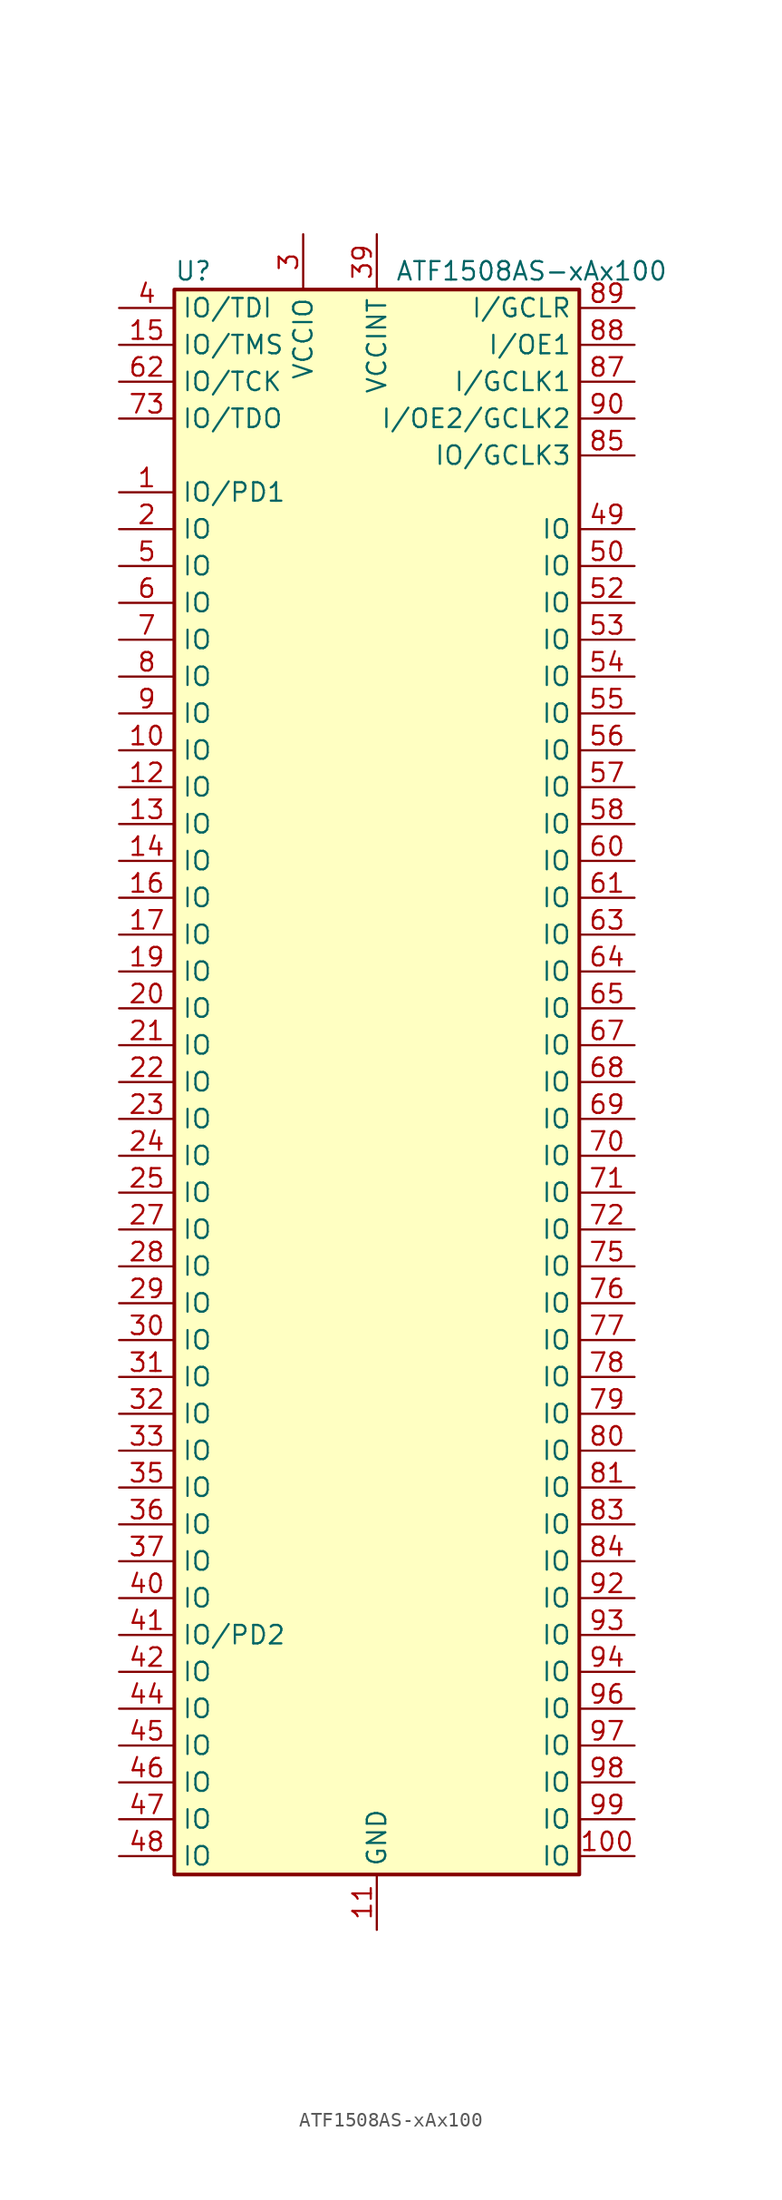
<source format=kicad_sym>
(kicad_symbol_lib
  (version 20220914)
  (generator kicad_symbol_editor)
  (symbol "ATF1508AS-xAx100"
    (property "Reference" "U"
      (at -13.97 55.88 0)
      (effects (font (size 1.27 1.27)) (justify left)))
    (property "Value" "ATF1508AS-xAx100"
      (at 1.27 55.88 0)
      (effects (font (size 1.27 1.27)) (justify left)))
    (symbol "ATF1508AS-xAx100_0_1"
      (rectangle (start -13.97 54.61) (end 13.97 -54.61) (stroke (width 0.254) (type default)) (fill (type background))))
    (symbol "ATF1508AS-xAx100_1_1"
      (pin bidirectional line (at -17.78 40.64 0) (length 3.81) (name "IO/PD1" (effects (font (size 1.27 1.27)))) (number "1" (effects (font (size 1.27 1.27)))))
      (pin bidirectional line (at -17.78 22.86 0) (length 3.81) (name "IO" (effects (font (size 1.27 1.27)))) (number "10" (effects (font (size 1.27 1.27)))))
      (pin bidirectional line (at 17.78 -53.34 180) (length 3.81) (name "IO" (effects (font (size 1.27 1.27)))) (number "100" (effects (font (size 1.27 1.27)))))
      (pin power_in line (at 0 -58.42 90) (length 3.81) (name "GND" (effects (font (size 1.27 1.27)))) (number "11" (effects (font (size 1.27 1.27)))))
      (pin bidirectional line (at -17.78 20.32 0) (length 3.81) (name "IO" (effects (font (size 1.27 1.27)))) (number "12" (effects (font (size 1.27 1.27)))))
      (pin bidirectional line (at -17.78 17.78 0) (length 3.81) (name "IO" (effects (font (size 1.27 1.27)))) (number "13" (effects (font (size 1.27 1.27)))))
      (pin bidirectional line (at -17.78 15.24 0) (length 3.81) (name "IO" (effects (font (size 1.27 1.27)))) (number "14" (effects (font (size 1.27 1.27)))))
      (pin bidirectional line (at -17.78 50.8 0) (length 3.81) (name "IO/TMS" (effects (font (size 1.27 1.27)))) (number "15" (effects (font (size 1.27 1.27)))))
      (pin bidirectional line (at -17.78 12.7 0) (length 3.81) (name "IO" (effects (font (size 1.27 1.27)))) (number "16" (effects (font (size 1.27 1.27)))))
      (pin bidirectional line (at -17.78 10.16 0) (length 3.81) (name "IO" (effects (font (size 1.27 1.27)))) (number "17" (effects (font (size 1.27 1.27)))))
      (pin passive line (at -5.08 58.42 270) (length 3.81) hide (name "VCCIO" (effects (font (size 1.27 1.27)))) (number "18" (effects (font (size 1.27 1.27)))))
      (pin bidirectional line (at -17.78 7.62 0) (length 3.81) (name "IO" (effects (font (size 1.27 1.27)))) (number "19" (effects (font (size 1.27 1.27)))))
      (pin bidirectional line (at -17.78 38.1 0) (length 3.81) (name "IO" (effects (font (size 1.27 1.27)))) (number "2" (effects (font (size 1.27 1.27)))))
      (pin bidirectional line (at -17.78 5.08 0) (length 3.81) (name "IO" (effects (font (size 1.27 1.27)))) (number "20" (effects (font (size 1.27 1.27)))))
      (pin bidirectional line (at -17.78 2.54 0) (length 3.81) (name "IO" (effects (font (size 1.27 1.27)))) (number "21" (effects (font (size 1.27 1.27)))))
      (pin bidirectional line (at -17.78 0 0) (length 3.81) (name "IO" (effects (font (size 1.27 1.27)))) (number "22" (effects (font (size 1.27 1.27)))))
      (pin bidirectional line (at -17.78 -2.54 0) (length 3.81) (name "IO" (effects (font (size 1.27 1.27)))) (number "23" (effects (font (size 1.27 1.27)))))
      (pin bidirectional line (at -17.78 -5.08 0) (length 3.81) (name "IO" (effects (font (size 1.27 1.27)))) (number "24" (effects (font (size 1.27 1.27)))))
      (pin bidirectional line (at -17.78 -7.62 0) (length 3.81) (name "IO" (effects (font (size 1.27 1.27)))) (number "25" (effects (font (size 1.27 1.27)))))
      (pin passive line (at 0 -58.42 90) (length 3.81) hide (name "GND" (effects (font (size 1.27 1.27)))) (number "26" (effects (font (size 1.27 1.27)))))
      (pin bidirectional line (at -17.78 -10.16 0) (length 3.81) (name "IO" (effects (font (size 1.27 1.27)))) (number "27" (effects (font (size 1.27 1.27)))))
      (pin bidirectional line (at -17.78 -12.7 0) (length 3.81) (name "IO" (effects (font (size 1.27 1.27)))) (number "28" (effects (font (size 1.27 1.27)))))
      (pin bidirectional line (at -17.78 -15.24 0) (length 3.81) (name "IO" (effects (font (size 1.27 1.27)))) (number "29" (effects (font (size 1.27 1.27)))))
      (pin power_in line (at -5.08 58.42 270) (length 3.81) (name "VCCIO" (effects (font (size 1.27 1.27)))) (number "3" (effects (font (size 1.27 1.27)))))
      (pin bidirectional line (at -17.78 -17.78 0) (length 3.81) (name "IO" (effects (font (size 1.27 1.27)))) (number "30" (effects (font (size 1.27 1.27)))))
      (pin bidirectional line (at -17.78 -20.32 0) (length 3.81) (name "IO" (effects (font (size 1.27 1.27)))) (number "31" (effects (font (size 1.27 1.27)))))
      (pin bidirectional line (at -17.78 -22.86 0) (length 3.81) (name "IO" (effects (font (size 1.27 1.27)))) (number "32" (effects (font (size 1.27 1.27)))))
      (pin bidirectional line (at -17.78 -25.4 0) (length 3.81) (name "IO" (effects (font (size 1.27 1.27)))) (number "33" (effects (font (size 1.27 1.27)))))
      (pin passive line (at -5.08 58.42 270) (length 3.81) hide (name "VCCIO" (effects (font (size 1.27 1.27)))) (number "34" (effects (font (size 1.27 1.27)))))
      (pin bidirectional line (at -17.78 -27.94 0) (length 3.81) (name "IO" (effects (font (size 1.27 1.27)))) (number "35" (effects (font (size 1.27 1.27)))))
      (pin bidirectional line (at -17.78 -30.48 0) (length 3.81) (name "IO" (effects (font (size 1.27 1.27)))) (number "36" (effects (font (size 1.27 1.27)))))
      (pin bidirectional line (at -17.78 -33.02 0) (length 3.81) (name "IO" (effects (font (size 1.27 1.27)))) (number "37" (effects (font (size 1.27 1.27)))))
      (pin passive line (at 0 -58.42 90) (length 3.81) hide (name "GND" (effects (font (size 1.27 1.27)))) (number "38" (effects (font (size 1.27 1.27)))))
      (pin power_in line (at 0 58.42 270) (length 3.81) (name "VCCINT" (effects (font (size 1.27 1.27)))) (number "39" (effects (font (size 1.27 1.27)))))
      (pin bidirectional line (at -17.78 53.34 0) (length 3.81) (name "IO/TDI" (effects (font (size 1.27 1.27)))) (number "4" (effects (font (size 1.27 1.27)))))
      (pin bidirectional line (at -17.78 -35.56 0) (length 3.81) (name "IO" (effects (font (size 1.27 1.27)))) (number "40" (effects (font (size 1.27 1.27)))))
      (pin bidirectional line (at -17.78 -38.1 0) (length 3.81) (name "IO/PD2" (effects (font (size 1.27 1.27)))) (number "41" (effects (font (size 1.27 1.27)))))
      (pin bidirectional line (at -17.78 -40.64 0) (length 3.81) (name "IO" (effects (font (size 1.27 1.27)))) (number "42" (effects (font (size 1.27 1.27)))))
      (pin passive line (at 0 -58.42 90) (length 3.81) hide (name "GND" (effects (font (size 1.27 1.27)))) (number "43" (effects (font (size 1.27 1.27)))))
      (pin bidirectional line (at -17.78 -43.18 0) (length 3.81) (name "IO" (effects (font (size 1.27 1.27)))) (number "44" (effects (font (size 1.27 1.27)))))
      (pin bidirectional line (at -17.78 -45.72 0) (length 3.81) (name "IO" (effects (font (size 1.27 1.27)))) (number "45" (effects (font (size 1.27 1.27)))))
      (pin bidirectional line (at -17.78 -48.26 0) (length 3.81) (name "IO" (effects (font (size 1.27 1.27)))) (number "46" (effects (font (size 1.27 1.27)))))
      (pin bidirectional line (at -17.78 -50.8 0) (length 3.81) (name "IO" (effects (font (size 1.27 1.27)))) (number "47" (effects (font (size 1.27 1.27)))))
      (pin bidirectional line (at -17.78 -53.34 0) (length 3.81) (name "IO" (effects (font (size 1.27 1.27)))) (number "48" (effects (font (size 1.27 1.27)))))
      (pin bidirectional line (at 17.78 38.1 180) (length 3.81) (name "IO" (effects (font (size 1.27 1.27)))) (number "49" (effects (font (size 1.27 1.27)))))
      (pin bidirectional line (at -17.78 35.56 0) (length 3.81) (name "IO" (effects (font (size 1.27 1.27)))) (number "5" (effects (font (size 1.27 1.27)))))
      (pin bidirectional line (at 17.78 35.56 180) (length 3.81) (name "IO" (effects (font (size 1.27 1.27)))) (number "50" (effects (font (size 1.27 1.27)))))
      (pin passive line (at -5.08 58.42 270) (length 3.81) hide (name "VCCIO" (effects (font (size 1.27 1.27)))) (number "51" (effects (font (size 1.27 1.27)))))
      (pin bidirectional line (at 17.78 33.02 180) (length 3.81) (name "IO" (effects (font (size 1.27 1.27)))) (number "52" (effects (font (size 1.27 1.27)))))
      (pin bidirectional line (at 17.78 30.48 180) (length 3.81) (name "IO" (effects (font (size 1.27 1.27)))) (number "53" (effects (font (size 1.27 1.27)))))
      (pin bidirectional line (at 17.78 27.94 180) (length 3.81) (name "IO" (effects (font (size 1.27 1.27)))) (number "54" (effects (font (size 1.27 1.27)))))
      (pin bidirectional line (at 17.78 25.4 180) (length 3.81) (name "IO" (effects (font (size 1.27 1.27)))) (number "55" (effects (font (size 1.27 1.27)))))
      (pin bidirectional line (at 17.78 22.86 180) (length 3.81) (name "IO" (effects (font (size 1.27 1.27)))) (number "56" (effects (font (size 1.27 1.27)))))
      (pin bidirectional line (at 17.78 20.32 180) (length 3.81) (name "IO" (effects (font (size 1.27 1.27)))) (number "57" (effects (font (size 1.27 1.27)))))
      (pin bidirectional line (at 17.78 17.78 180) (length 3.81) (name "IO" (effects (font (size 1.27 1.27)))) (number "58" (effects (font (size 1.27 1.27)))))
      (pin passive line (at 0 -58.42 90) (length 3.81) hide (name "GND" (effects (font (size 1.27 1.27)))) (number "59" (effects (font (size 1.27 1.27)))))
      (pin bidirectional line (at -17.78 33.02 0) (length 3.81) (name "IO" (effects (font (size 1.27 1.27)))) (number "6" (effects (font (size 1.27 1.27)))))
      (pin bidirectional line (at 17.78 15.24 180) (length 3.81) (name "IO" (effects (font (size 1.27 1.27)))) (number "60" (effects (font (size 1.27 1.27)))))
      (pin bidirectional line (at 17.78 12.7 180) (length 3.81) (name "IO" (effects (font (size 1.27 1.27)))) (number "61" (effects (font (size 1.27 1.27)))))
      (pin bidirectional line (at -17.78 48.26 0) (length 3.81) (name "IO/TCK" (effects (font (size 1.27 1.27)))) (number "62" (effects (font (size 1.27 1.27)))))
      (pin bidirectional line (at 17.78 10.16 180) (length 3.81) (name "IO" (effects (font (size 1.27 1.27)))) (number "63" (effects (font (size 1.27 1.27)))))
      (pin bidirectional line (at 17.78 7.62 180) (length 3.81) (name "IO" (effects (font (size 1.27 1.27)))) (number "64" (effects (font (size 1.27 1.27)))))
      (pin bidirectional line (at 17.78 5.08 180) (length 3.81) (name "IO" (effects (font (size 1.27 1.27)))) (number "65" (effects (font (size 1.27 1.27)))))
      (pin passive line (at -5.08 58.42 270) (length 3.81) hide (name "VCCIO" (effects (font (size 1.27 1.27)))) (number "66" (effects (font (size 1.27 1.27)))))
      (pin bidirectional line (at 17.78 2.54 180) (length 3.81) (name "IO" (effects (font (size 1.27 1.27)))) (number "67" (effects (font (size 1.27 1.27)))))
      (pin bidirectional line (at 17.78 0 180) (length 3.81) (name "IO" (effects (font (size 1.27 1.27)))) (number "68" (effects (font (size 1.27 1.27)))))
      (pin bidirectional line (at 17.78 -2.54 180) (length 3.81) (name "IO" (effects (font (size 1.27 1.27)))) (number "69" (effects (font (size 1.27 1.27)))))
      (pin bidirectional line (at -17.78 30.48 0) (length 3.81) (name "IO" (effects (font (size 1.27 1.27)))) (number "7" (effects (font (size 1.27 1.27)))))
      (pin bidirectional line (at 17.78 -5.08 180) (length 3.81) (name "IO" (effects (font (size 1.27 1.27)))) (number "70" (effects (font (size 1.27 1.27)))))
      (pin bidirectional line (at 17.78 -7.62 180) (length 3.81) (name "IO" (effects (font (size 1.27 1.27)))) (number "71" (effects (font (size 1.27 1.27)))))
      (pin bidirectional line (at 17.78 -10.16 180) (length 3.81) (name "IO" (effects (font (size 1.27 1.27)))) (number "72" (effects (font (size 1.27 1.27)))))
      (pin bidirectional line (at -17.78 45.72 0) (length 3.81) (name "IO/TDO" (effects (font (size 1.27 1.27)))) (number "73" (effects (font (size 1.27 1.27)))))
      (pin passive line (at 0 -58.42 90) (length 3.81) hide (name "GND" (effects (font (size 1.27 1.27)))) (number "74" (effects (font (size 1.27 1.27)))))
      (pin bidirectional line (at 17.78 -12.7 180) (length 3.81) (name "IO" (effects (font (size 1.27 1.27)))) (number "75" (effects (font (size 1.27 1.27)))))
      (pin bidirectional line (at 17.78 -15.24 180) (length 3.81) (name "IO" (effects (font (size 1.27 1.27)))) (number "76" (effects (font (size 1.27 1.27)))))
      (pin bidirectional line (at 17.78 -17.78 180) (length 3.81) (name "IO" (effects (font (size 1.27 1.27)))) (number "77" (effects (font (size 1.27 1.27)))))
      (pin bidirectional line (at 17.78 -20.32 180) (length 3.81) (name "IO" (effects (font (size 1.27 1.27)))) (number "78" (effects (font (size 1.27 1.27)))))
      (pin bidirectional line (at 17.78 -22.86 180) (length 3.81) (name "IO" (effects (font (size 1.27 1.27)))) (number "79" (effects (font (size 1.27 1.27)))))
      (pin bidirectional line (at -17.78 27.94 0) (length 3.81) (name "IO" (effects (font (size 1.27 1.27)))) (number "8" (effects (font (size 1.27 1.27)))))
      (pin bidirectional line (at 17.78 -25.4 180) (length 3.81) (name "IO" (effects (font (size 1.27 1.27)))) (number "80" (effects (font (size 1.27 1.27)))))
      (pin bidirectional line (at 17.78 -27.94 180) (length 3.81) (name "IO" (effects (font (size 1.27 1.27)))) (number "81" (effects (font (size 1.27 1.27)))))
      (pin passive line (at -5.08 58.42 270) (length 3.81) hide (name "VCCIO" (effects (font (size 1.27 1.27)))) (number "82" (effects (font (size 1.27 1.27)))))
      (pin bidirectional line (at 17.78 -30.48 180) (length 3.81) (name "IO" (effects (font (size 1.27 1.27)))) (number "83" (effects (font (size 1.27 1.27)))))
      (pin bidirectional line (at 17.78 -33.02 180) (length 3.81) (name "IO" (effects (font (size 1.27 1.27)))) (number "84" (effects (font (size 1.27 1.27)))))
      (pin bidirectional line (at 17.78 43.18 180) (length 3.81) (name "IO/GCLK3" (effects (font (size 1.27 1.27)))) (number "85" (effects (font (size 1.27 1.27)))))
      (pin passive line (at 0 -58.42 90) (length 3.81) hide (name "GND" (effects (font (size 1.27 1.27)))) (number "86" (effects (font (size 1.27 1.27)))))
      (pin input line (at 17.78 48.26 180) (length 3.81) (name "I/GCLK1" (effects (font (size 1.27 1.27)))) (number "87" (effects (font (size 1.27 1.27)))))
      (pin input line (at 17.78 50.8 180) (length 3.81) (name "I/OE1" (effects (font (size 1.27 1.27)))) (number "88" (effects (font (size 1.27 1.27)))))
      (pin input line (at 17.78 53.34 180) (length 3.81) (name "I/GCLR" (effects (font (size 1.27 1.27)))) (number "89" (effects (font (size 1.27 1.27)))))
      (pin bidirectional line (at -17.78 25.4 0) (length 3.81) (name "IO" (effects (font (size 1.27 1.27)))) (number "9" (effects (font (size 1.27 1.27)))))
      (pin input line (at 17.78 45.72 180) (length 3.81) (name "I/OE2/GCLK2" (effects (font (size 1.27 1.27)))) (number "90" (effects (font (size 1.27 1.27)))))
      (pin passive line (at 0 58.42 270) (length 3.81) hide (name "VCCINT" (effects (font (size 1.27 1.27)))) (number "91" (effects (font (size 1.27 1.27)))))
      (pin bidirectional line (at 17.78 -35.56 180) (length 3.81) (name "IO" (effects (font (size 1.27 1.27)))) (number "92" (effects (font (size 1.27 1.27)))))
      (pin bidirectional line (at 17.78 -38.1 180) (length 3.81) (name "IO" (effects (font (size 1.27 1.27)))) (number "93" (effects (font (size 1.27 1.27)))))
      (pin bidirectional line (at 17.78 -40.64 180) (length 3.81) (name "IO" (effects (font (size 1.27 1.27)))) (number "94" (effects (font (size 1.27 1.27)))))
      (pin passive line (at 0 -58.42 90) (length 3.81) hide (name "GND" (effects (font (size 1.27 1.27)))) (number "95" (effects (font (size 1.27 1.27)))))
      (pin bidirectional line (at 17.78 -43.18 180) (length 3.81) (name "IO" (effects (font (size 1.27 1.27)))) (number "96" (effects (font (size 1.27 1.27)))))
      (pin bidirectional line (at 17.78 -45.72 180) (length 3.81) (name "IO" (effects (font (size 1.27 1.27)))) (number "97" (effects (font (size 1.27 1.27)))))
      (pin bidirectional line (at 17.78 -48.26 180) (length 3.81) (name "IO" (effects (font (size 1.27 1.27)))) (number "98" (effects (font (size 1.27 1.27)))))
      (pin bidirectional line (at 17.78 -50.8 180) (length 3.81) (name "IO" (effects (font (size 1.27 1.27)))) (number "99" (effects (font (size 1.27 1.27))))))))
</source>
